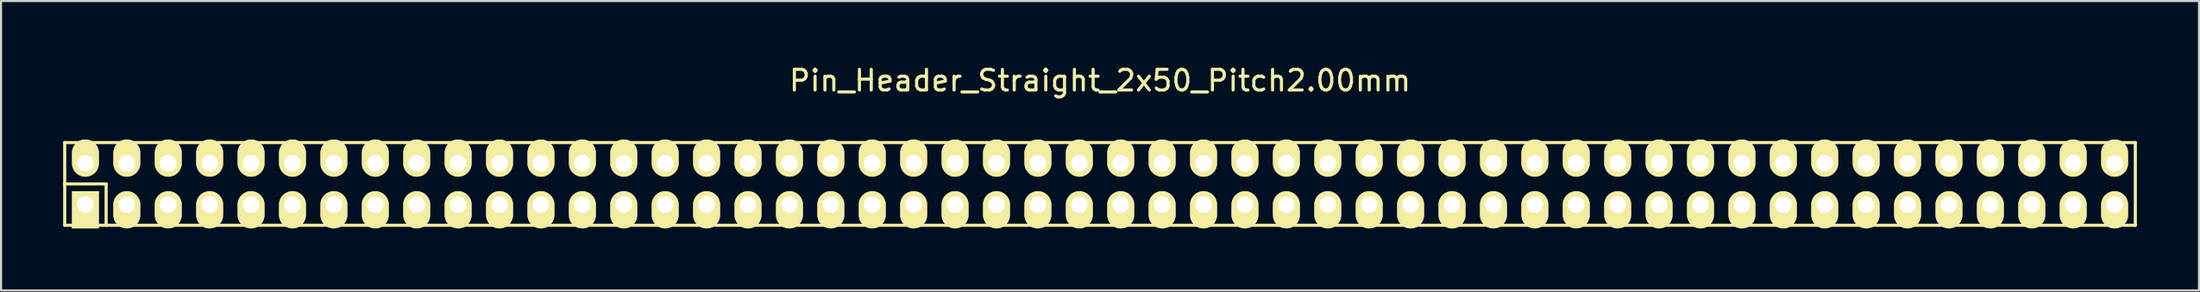
<source format=kicad_pcb>
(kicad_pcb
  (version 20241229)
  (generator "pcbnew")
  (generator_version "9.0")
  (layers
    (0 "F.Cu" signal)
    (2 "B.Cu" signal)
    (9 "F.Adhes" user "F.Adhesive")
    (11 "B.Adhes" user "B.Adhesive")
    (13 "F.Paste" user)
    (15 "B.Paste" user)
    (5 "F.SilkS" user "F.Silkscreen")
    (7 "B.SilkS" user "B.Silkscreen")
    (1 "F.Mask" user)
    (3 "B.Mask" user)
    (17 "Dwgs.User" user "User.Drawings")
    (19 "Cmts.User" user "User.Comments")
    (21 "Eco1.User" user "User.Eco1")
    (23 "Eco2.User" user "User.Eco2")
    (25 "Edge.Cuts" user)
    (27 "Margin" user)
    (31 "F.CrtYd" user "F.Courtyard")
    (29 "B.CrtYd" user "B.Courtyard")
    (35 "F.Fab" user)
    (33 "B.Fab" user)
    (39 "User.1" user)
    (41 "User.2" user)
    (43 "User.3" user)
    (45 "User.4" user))
  (footprint "Pin_Header_Straight_2x50_Pitch2.00mm"
    (layer "F.Cu")
    (at 50.075 5.848)
    (property "Reference" "Pin_Header_Straight_2x50_Pitch2.00mm" (at 0 -5 0) (layer "F.SilkS") (effects (font (size 1 1) (thickness 0.15))))
    (attr through_hole)
    (fp_line (start -50 -2) (end 50 -2) (stroke (width 0.15) (type solid)) (layer "F.SilkS"))
    (fp_line (start -50 0) (end -48 0) (stroke (width 0.15) (type solid)) (layer "F.SilkS"))
    (fp_line (start -50 2) (end -50 -2) (stroke (width 0.15) (type solid)) (layer "F.SilkS"))
    (fp_line (start -48 0) (end -48 2) (stroke (width 0.15) (type solid)) (layer "F.SilkS"))
    (fp_line (start 50 -2) (end 50 2) (stroke (width 0.15) (type solid)) (layer "F.SilkS"))
    (fp_line (start 50 2) (end -50 2) (stroke (width 0.15) (type solid)) (layer "F.SilkS"))
    (pad "1" thru_hole rect (at -49 1) (size 1.3 1.8) (drill 0.8 (offset 0 0.25)) (layers "*.Cu" "*.Mask" "F.SilkS"))
    (pad "2" thru_hole oval (at -49 -1) (size 1.3 1.8) (drill 0.8 (offset 0 -0.25)) (layers "*.Cu" "*.Mask" "F.SilkS"))
    (pad "3" thru_hole oval (at -47 1) (size 1.3 1.8) (drill 0.8 (offset 0 0.25)) (layers "*.Cu" "*.Mask" "F.SilkS"))
    (pad "4" thru_hole oval (at -47 -1) (size 1.3 1.8) (drill 0.8 (offset 0 -0.25)) (layers "*.Cu" "*.Mask" "F.SilkS"))
    (pad "5" thru_hole oval (at -45 1) (size 1.3 1.8) (drill 0.8 (offset 0 0.25)) (layers "*.Cu" "*.Mask" "F.SilkS"))
    (pad "6" thru_hole oval (at -45 -1) (size 1.3 1.8) (drill 0.8 (offset 0 -0.25)) (layers "*.Cu" "*.Mask" "F.SilkS"))
    (pad "7" thru_hole oval (at -43 1) (size 1.3 1.8) (drill 0.8 (offset 0 0.25)) (layers "*.Cu" "*.Mask" "F.SilkS"))
    (pad "8" thru_hole oval (at -43 -1) (size 1.3 1.8) (drill 0.8 (offset 0 -0.25)) (layers "*.Cu" "*.Mask" "F.SilkS"))
    (pad "9" thru_hole oval (at -41 1) (size 1.3 1.8) (drill 0.8 (offset 0 0.25)) (layers "*.Cu" "*.Mask" "F.SilkS"))
    (pad "10" thru_hole oval (at -41 -1) (size 1.3 1.8) (drill 0.8 (offset 0 -0.25)) (layers "*.Cu" "*.Mask" "F.SilkS"))
    (pad "11" thru_hole oval (at -39 1) (size 1.3 1.8) (drill 0.8 (offset 0 0.25)) (layers "*.Cu" "*.Mask" "F.SilkS"))
    (pad "12" thru_hole oval (at -39 -1) (size 1.3 1.8) (drill 0.8 (offset 0 -0.25)) (layers "*.Cu" "*.Mask" "F.SilkS"))
    (pad "13" thru_hole oval (at -37 1) (size 1.3 1.8) (drill 0.8 (offset 0 0.25)) (layers "*.Cu" "*.Mask" "F.SilkS"))
    (pad "14" thru_hole oval (at -37 -1) (size 1.3 1.8) (drill 0.8 (offset 0 -0.25)) (layers "*.Cu" "*.Mask" "F.SilkS"))
    (pad "15" thru_hole oval (at -35 1) (size 1.3 1.8) (drill 0.8 (offset 0 0.25)) (layers "*.Cu" "*.Mask" "F.SilkS"))
    (pad "16" thru_hole oval (at -35 -1) (size 1.3 1.8) (drill 0.8 (offset 0 -0.25)) (layers "*.Cu" "*.Mask" "F.SilkS"))
    (pad "17" thru_hole oval (at -33 1) (size 1.3 1.8) (drill 0.8 (offset 0 0.25)) (layers "*.Cu" "*.Mask" "F.SilkS"))
    (pad "18" thru_hole oval (at -33 -1) (size 1.3 1.8) (drill 0.8 (offset 0 -0.25)) (layers "*.Cu" "*.Mask" "F.SilkS"))
    (pad "19" thru_hole oval (at -31 1) (size 1.3 1.8) (drill 0.8 (offset 0 0.25)) (layers "*.Cu" "*.Mask" "F.SilkS"))
    (pad "20" thru_hole oval (at -31 -1) (size 1.3 1.8) (drill 0.8 (offset 0 -0.25)) (layers "*.Cu" "*.Mask" "F.SilkS"))
    (pad "21" thru_hole oval (at -29 1) (size 1.3 1.8) (drill 0.8 (offset 0 0.25)) (layers "*.Cu" "*.Mask" "F.SilkS"))
    (pad "22" thru_hole oval (at -29 -1) (size 1.3 1.8) (drill 0.8 (offset 0 -0.25)) (layers "*.Cu" "*.Mask" "F.SilkS"))
    (pad "23" thru_hole oval (at -27 1) (size 1.3 1.8) (drill 0.8 (offset 0 0.25)) (layers "*.Cu" "*.Mask" "F.SilkS"))
    (pad "24" thru_hole oval (at -27 -1) (size 1.3 1.8) (drill 0.8 (offset 0 -0.25)) (layers "*.Cu" "*.Mask" "F.SilkS"))
    (pad "25" thru_hole oval (at -25 1) (size 1.3 1.8) (drill 0.8 (offset 0 0.25)) (layers "*.Cu" "*.Mask" "F.SilkS"))
    (pad "26" thru_hole oval (at -25 -1) (size 1.3 1.8) (drill 0.8 (offset 0 -0.25)) (layers "*.Cu" "*.Mask" "F.SilkS"))
    (pad "27" thru_hole oval (at -23 1) (size 1.3 1.8) (drill 0.8 (offset 0 0.25)) (layers "*.Cu" "*.Mask" "F.SilkS"))
    (pad "28" thru_hole oval (at -23 -1) (size 1.3 1.8) (drill 0.8 (offset 0 -0.25)) (layers "*.Cu" "*.Mask" "F.SilkS"))
    (pad "29" thru_hole oval (at -21 1) (size 1.3 1.8) (drill 0.8 (offset 0 0.25)) (layers "*.Cu" "*.Mask" "F.SilkS"))
    (pad "30" thru_hole oval (at -21 -1) (size 1.3 1.8) (drill 0.8 (offset 0 -0.25)) (layers "*.Cu" "*.Mask" "F.SilkS"))
    (pad "31" thru_hole oval (at -19 1) (size 1.3 1.8) (drill 0.8 (offset 0 0.25)) (layers "*.Cu" "*.Mask" "F.SilkS"))
    (pad "32" thru_hole oval (at -19 -1) (size 1.3 1.8) (drill 0.8 (offset 0 -0.25)) (layers "*.Cu" "*.Mask" "F.SilkS"))
    (pad "33" thru_hole oval (at -17 1) (size 1.3 1.8) (drill 0.8 (offset 0 0.25)) (layers "*.Cu" "*.Mask" "F.SilkS"))
    (pad "34" thru_hole oval (at -17 -1) (size 1.3 1.8) (drill 0.8 (offset 0 -0.25)) (layers "*.Cu" "*.Mask" "F.SilkS"))
    (pad "35" thru_hole oval (at -15 1) (size 1.3 1.8) (drill 0.8 (offset 0 0.25)) (layers "*.Cu" "*.Mask" "F.SilkS"))
    (pad "36" thru_hole oval (at -15 -1) (size 1.3 1.8) (drill 0.8 (offset 0 -0.25)) (layers "*.Cu" "*.Mask" "F.SilkS"))
    (pad "37" thru_hole oval (at -13 1) (size 1.3 1.8) (drill 0.8 (offset 0 0.25)) (layers "*.Cu" "*.Mask" "F.SilkS"))
    (pad "38" thru_hole oval (at -13 -1) (size 1.3 1.8) (drill 0.8 (offset 0 -0.25)) (layers "*.Cu" "*.Mask" "F.SilkS"))
    (pad "39" thru_hole oval (at -11 1) (size 1.3 1.8) (drill 0.8 (offset 0 0.25)) (layers "*.Cu" "*.Mask" "F.SilkS"))
    (pad "40" thru_hole oval (at -11 -1) (size 1.3 1.8) (drill 0.8 (offset 0 -0.25)) (layers "*.Cu" "*.Mask" "F.SilkS"))
    (pad "41" thru_hole oval (at -9 1) (size 1.3 1.8) (drill 0.8 (offset 0 0.25)) (layers "*.Cu" "*.Mask" "F.SilkS"))
    (pad "42" thru_hole oval (at -9 -1) (size 1.3 1.8) (drill 0.8 (offset 0 -0.25)) (layers "*.Cu" "*.Mask" "F.SilkS"))
    (pad "43" thru_hole oval (at -7 1) (size 1.3 1.8) (drill 0.8 (offset 0 0.25)) (layers "*.Cu" "*.Mask" "F.SilkS"))
    (pad "44" thru_hole oval (at -7 -1) (size 1.3 1.8) (drill 0.8 (offset 0 -0.25)) (layers "*.Cu" "*.Mask" "F.SilkS"))
    (pad "45" thru_hole oval (at -5 1) (size 1.3 1.8) (drill 0.8 (offset 0 0.25)) (layers "*.Cu" "*.Mask" "F.SilkS"))
    (pad "46" thru_hole oval (at -5 -1) (size 1.3 1.8) (drill 0.8 (offset 0 -0.25)) (layers "*.Cu" "*.Mask" "F.SilkS"))
    (pad "47" thru_hole oval (at -3 1) (size 1.3 1.8) (drill 0.8 (offset 0 0.25)) (layers "*.Cu" "*.Mask" "F.SilkS"))
    (pad "48" thru_hole oval (at -3 -1) (size 1.3 1.8) (drill 0.8 (offset 0 -0.25)) (layers "*.Cu" "*.Mask" "F.SilkS"))
    (pad "49" thru_hole oval (at -1 1) (size 1.3 1.8) (drill 0.8 (offset 0 0.25)) (layers "*.Cu" "*.Mask" "F.SilkS"))
    (pad "50" thru_hole oval (at -1 -1) (size 1.3 1.8) (drill 0.8 (offset 0 -0.25)) (layers "*.Cu" "*.Mask" "F.SilkS"))
    (pad "51" thru_hole oval (at 1 1) (size 1.3 1.8) (drill 0.8 (offset 0 0.25)) (layers "*.Cu" "*.Mask" "F.SilkS"))
    (pad "52" thru_hole oval (at 1 -1) (size 1.3 1.8) (drill 0.8 (offset 0 -0.25)) (layers "*.Cu" "*.Mask" "F.SilkS"))
    (pad "53" thru_hole oval (at 3 1) (size 1.3 1.8) (drill 0.8 (offset 0 0.25)) (layers "*.Cu" "*.Mask" "F.SilkS"))
    (pad "54" thru_hole oval (at 3 -1) (size 1.3 1.8) (drill 0.8 (offset 0 -0.25)) (layers "*.Cu" "*.Mask" "F.SilkS"))
    (pad "55" thru_hole oval (at 5 1) (size 1.3 1.8) (drill 0.8 (offset 0 0.25)) (layers "*.Cu" "*.Mask" "F.SilkS"))
    (pad "56" thru_hole oval (at 5 -1) (size 1.3 1.8) (drill 0.8 (offset 0 -0.25)) (layers "*.Cu" "*.Mask" "F.SilkS"))
    (pad "57" thru_hole oval (at 7 1) (size 1.3 1.8) (drill 0.8 (offset 0 0.25)) (layers "*.Cu" "*.Mask" "F.SilkS"))
    (pad "58" thru_hole oval (at 7 -1) (size 1.3 1.8) (drill 0.8 (offset 0 -0.25)) (layers "*.Cu" "*.Mask" "F.SilkS"))
    (pad "59" thru_hole oval (at 9 1) (size 1.3 1.8) (drill 0.8 (offset 0 0.25)) (layers "*.Cu" "*.Mask" "F.SilkS"))
    (pad "60" thru_hole oval (at 9 -1) (size 1.3 1.8) (drill 0.8 (offset 0 -0.25)) (layers "*.Cu" "*.Mask" "F.SilkS"))
    (pad "61" thru_hole oval (at 11 1) (size 1.3 1.8) (drill 0.8 (offset 0 0.25)) (layers "*.Cu" "*.Mask" "F.SilkS"))
    (pad "62" thru_hole oval (at 11 -1) (size 1.3 1.8) (drill 0.8 (offset 0 -0.25)) (layers "*.Cu" "*.Mask" "F.SilkS"))
    (pad "63" thru_hole oval (at 13 1) (size 1.3 1.8) (drill 0.8 (offset 0 0.25)) (layers "*.Cu" "*.Mask" "F.SilkS"))
    (pad "64" thru_hole oval (at 13 -1) (size 1.3 1.8) (drill 0.8 (offset 0 -0.25)) (layers "*.Cu" "*.Mask" "F.SilkS"))
    (pad "65" thru_hole oval (at 15 1) (size 1.3 1.8) (drill 0.8 (offset 0 0.25)) (layers "*.Cu" "*.Mask" "F.SilkS"))
    (pad "66" thru_hole oval (at 15 -1) (size 1.3 1.8) (drill 0.8 (offset 0 -0.25)) (layers "*.Cu" "*.Mask" "F.SilkS"))
    (pad "67" thru_hole oval (at 17 1) (size 1.3 1.8) (drill 0.8 (offset 0 0.25)) (layers "*.Cu" "*.Mask" "F.SilkS"))
    (pad "68" thru_hole oval (at 17 -1) (size 1.3 1.8) (drill 0.8 (offset 0 -0.25)) (layers "*.Cu" "*.Mask" "F.SilkS"))
    (pad "69" thru_hole oval (at 19 1) (size 1.3 1.8) (drill 0.8 (offset 0 0.25)) (layers "*.Cu" "*.Mask" "F.SilkS"))
    (pad "70" thru_hole oval (at 19 -1) (size 1.3 1.8) (drill 0.8 (offset 0 -0.25)) (layers "*.Cu" "*.Mask" "F.SilkS"))
    (pad "71" thru_hole oval (at 21 1) (size 1.3 1.8) (drill 0.8 (offset 0 0.25)) (layers "*.Cu" "*.Mask" "F.SilkS"))
    (pad "72" thru_hole oval (at 21 -1) (size 1.3 1.8) (drill 0.8 (offset 0 -0.25)) (layers "*.Cu" "*.Mask" "F.SilkS"))
    (pad "73" thru_hole oval (at 23 1) (size 1.3 1.8) (drill 0.8 (offset 0 0.25)) (layers "*.Cu" "*.Mask" "F.SilkS"))
    (pad "74" thru_hole oval (at 23 -1) (size 1.3 1.8) (drill 0.8 (offset 0 -0.25)) (layers "*.Cu" "*.Mask" "F.SilkS"))
    (pad "75" thru_hole oval (at 25 1) (size 1.3 1.8) (drill 0.8 (offset 0 0.25)) (layers "*.Cu" "*.Mask" "F.SilkS"))
    (pad "76" thru_hole oval (at 25 -1) (size 1.3 1.8) (drill 0.8 (offset 0 -0.25)) (layers "*.Cu" "*.Mask" "F.SilkS"))
    (pad "77" thru_hole oval (at 27 1) (size 1.3 1.8) (drill 0.8 (offset 0 0.25)) (layers "*.Cu" "*.Mask" "F.SilkS"))
    (pad "78" thru_hole oval (at 27 -1) (size 1.3 1.8) (drill 0.8 (offset 0 -0.25)) (layers "*.Cu" "*.Mask" "F.SilkS"))
    (pad "79" thru_hole oval (at 29 1) (size 1.3 1.8) (drill 0.8 (offset 0 0.25)) (layers "*.Cu" "*.Mask" "F.SilkS"))
    (pad "80" thru_hole oval (at 29 -1) (size 1.3 1.8) (drill 0.8 (offset 0 -0.25)) (layers "*.Cu" "*.Mask" "F.SilkS"))
    (pad "81" thru_hole oval (at 31 1) (size 1.3 1.8) (drill 0.8 (offset 0 0.25)) (layers "*.Cu" "*.Mask" "F.SilkS"))
    (pad "82" thru_hole oval (at 31 -1) (size 1.3 1.8) (drill 0.8 (offset 0 -0.25)) (layers "*.Cu" "*.Mask" "F.SilkS"))
    (pad "83" thru_hole oval (at 33 1) (size 1.3 1.8) (drill 0.8 (offset 0 0.25)) (layers "*.Cu" "*.Mask" "F.SilkS"))
    (pad "84" thru_hole oval (at 33 -1) (size 1.3 1.8) (drill 0.8 (offset 0 -0.25)) (layers "*.Cu" "*.Mask" "F.SilkS"))
    (pad "85" thru_hole oval (at 35 1) (size 1.3 1.8) (drill 0.8 (offset 0 0.25)) (layers "*.Cu" "*.Mask" "F.SilkS"))
    (pad "86" thru_hole oval (at 35 -1) (size 1.3 1.8) (drill 0.8 (offset 0 -0.25)) (layers "*.Cu" "*.Mask" "F.SilkS"))
    (pad "87" thru_hole oval (at 37 1) (size 1.3 1.8) (drill 0.8 (offset 0 0.25)) (layers "*.Cu" "*.Mask" "F.SilkS"))
    (pad "88" thru_hole oval (at 37 -1) (size 1.3 1.8) (drill 0.8 (offset 0 -0.25)) (layers "*.Cu" "*.Mask" "F.SilkS"))
    (pad "89" thru_hole oval (at 39 1) (size 1.3 1.8) (drill 0.8 (offset 0 0.25)) (layers "*.Cu" "*.Mask" "F.SilkS"))
    (pad "90" thru_hole oval (at 39 -1) (size 1.3 1.8) (drill 0.8 (offset 0 -0.25)) (layers "*.Cu" "*.Mask" "F.SilkS"))
    (pad "91" thru_hole oval (at 41 1) (size 1.3 1.8) (drill 0.8 (offset 0 0.25)) (layers "*.Cu" "*.Mask" "F.SilkS"))
    (pad "92" thru_hole oval (at 41 -1) (size 1.3 1.8) (drill 0.8 (offset 0 -0.25)) (layers "*.Cu" "*.Mask" "F.SilkS"))
    (pad "93" thru_hole oval (at 43 1) (size 1.3 1.8) (drill 0.8 (offset 0 0.25)) (layers "*.Cu" "*.Mask" "F.SilkS"))
    (pad "94" thru_hole oval (at 43 -1) (size 1.3 1.8) (drill 0.8 (offset 0 -0.25)) (layers "*.Cu" "*.Mask" "F.SilkS"))
    (pad "95" thru_hole oval (at 45 1) (size 1.3 1.8) (drill 0.8 (offset 0 0.25)) (layers "*.Cu" "*.Mask" "F.SilkS"))
    (pad "96" thru_hole oval (at 45 -1) (size 1.3 1.8) (drill 0.8 (offset 0 -0.25)) (layers "*.Cu" "*.Mask" "F.SilkS"))
    (pad "97" thru_hole oval (at 47 1) (size 1.3 1.8) (drill 0.8 (offset 0 0.25)) (layers "*.Cu" "*.Mask" "F.SilkS"))
    (pad "98" thru_hole oval (at 47 -1) (size 1.3 1.8) (drill 0.8 (offset 0 -0.25)) (layers "*.Cu" "*.Mask" "F.SilkS"))
    (pad "99" thru_hole oval (at 49 1) (size 1.3 1.8) (drill 0.8 (offset 0 0.25)) (layers "*.Cu" "*.Mask" "F.SilkS"))
    (pad "100" thru_hole oval (at 49 -1) (size 1.3 1.8) (drill 0.8 (offset 0 -0.25)) (layers "*.Cu" "*.Mask" "F.SilkS")))
  (gr_rect
    (start -3 -3)
    (end 103.15 10.998)
    (stroke (width 0.1) (type default))
    (fill no)
    (layer "Edge.Cuts")))
</source>
